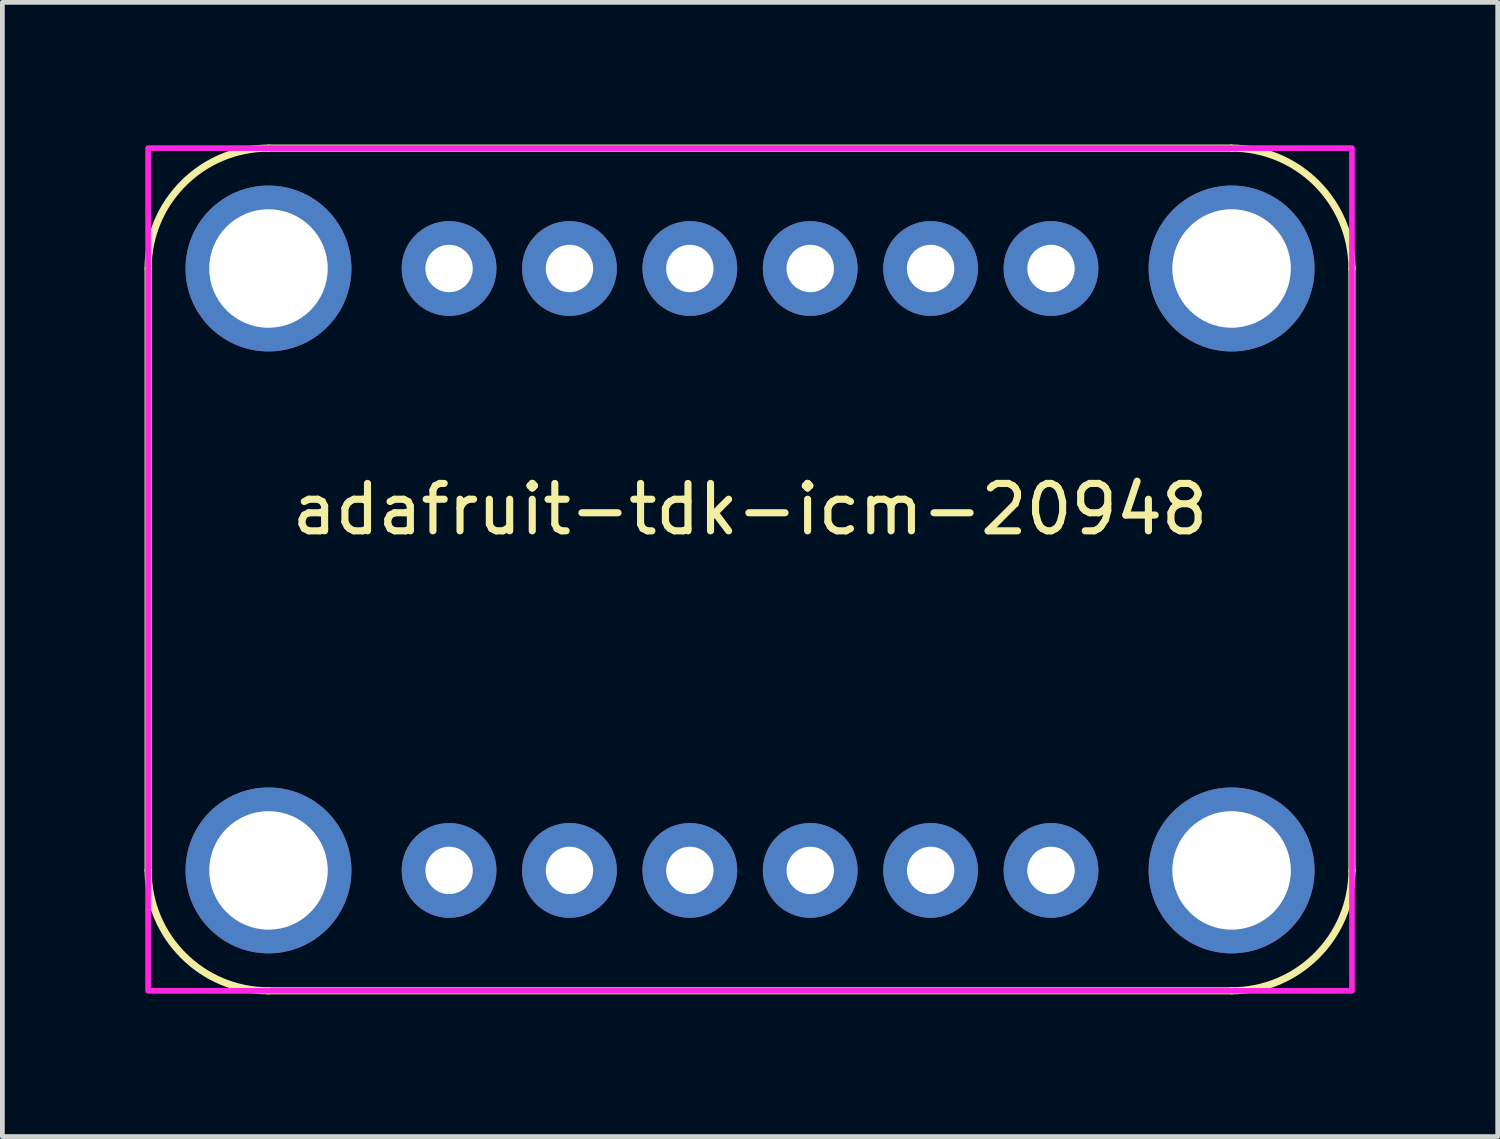
<source format=kicad_pcb>
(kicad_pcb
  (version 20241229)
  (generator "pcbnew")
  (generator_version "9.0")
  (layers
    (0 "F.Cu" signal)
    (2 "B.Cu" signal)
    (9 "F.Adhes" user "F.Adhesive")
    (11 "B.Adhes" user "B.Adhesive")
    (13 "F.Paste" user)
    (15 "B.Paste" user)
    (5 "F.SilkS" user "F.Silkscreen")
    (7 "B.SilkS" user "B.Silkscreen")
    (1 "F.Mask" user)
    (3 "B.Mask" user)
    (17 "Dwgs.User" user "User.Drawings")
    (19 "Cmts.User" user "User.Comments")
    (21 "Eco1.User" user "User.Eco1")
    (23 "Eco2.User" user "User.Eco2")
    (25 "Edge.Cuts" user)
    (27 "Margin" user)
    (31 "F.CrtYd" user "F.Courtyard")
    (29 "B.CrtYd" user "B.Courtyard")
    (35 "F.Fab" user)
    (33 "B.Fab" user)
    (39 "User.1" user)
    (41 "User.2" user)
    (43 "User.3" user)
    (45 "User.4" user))
  (footprint "adafruit-tdk-icm-20948"
    (layer "F.Cu")
    (at 2.615 15.315)
    (property "Reference" "adafruit-tdk-icm-20948" (at 10.16 -7.62 0) (unlocked yes) (layer "F.SilkS") (effects (font (size 1 1) (thickness 0.15))))
    (attr through_hole)
    (fp_line (start -2.54 0) (end -2.54 -12.7) (stroke (width 0.15) (type solid)) (layer "F.SilkS"))
    (fp_line (start 0 -15.24) (end 20.32 -15.24) (stroke (width 0.15) (type solid)) (layer "F.SilkS"))
    (fp_line (start 20.32 2.54) (end 0 2.54) (stroke (width 0.15) (type solid)) (layer "F.SilkS"))
    (fp_line (start 22.86 -12.7) (end 22.86 0) (stroke (width 0.15) (type solid)) (layer "F.SilkS"))
    (fp_arc (start -2.54 -12.7) (mid -1.796051 -14.496051) (end 0 -15.24) (stroke (width 0.15) (type solid)) (layer "F.SilkS"))
    (fp_arc (start 0 2.54) (mid -1.796051 1.796051) (end -2.54 0) (stroke (width 0.15) (type solid)) (layer "F.SilkS"))
    (fp_arc (start 20.32 -15.24) (mid 22.116051 -14.496051) (end 22.86 -12.7) (stroke (width 0.15) (type solid)) (layer "F.SilkS"))
    (fp_arc (start 22.86 0) (mid 22.116051 1.796051) (end 20.32 2.54) (stroke (width 0.15) (type solid)) (layer "F.SilkS"))
    (fp_rect (start -2.54 -15.24) (end 22.86 2.54) (stroke (width 0.12) (type solid)) (fill no) (layer "F.CrtYd"))
    (pad "" np_thru_hole circle (at 0 -12.7) (size 3.5 3.5) (drill 2.5) (layers "*.Cu" "*.Mask"))
    (pad "" np_thru_hole circle (at 0 0) (size 3.5 3.5) (drill 2.5) (layers "*.Cu" "*.Mask"))
    (pad "" np_thru_hole circle (at 20.32 -12.7) (size 3.5 3.5) (drill 2.5) (layers "*.Cu" "*.Mask"))
    (pad "" np_thru_hole circle (at 20.32 0) (size 3.5 3.5) (drill 2.5) (layers "*.Cu" "*.Mask"))
    (pad "1" thru_hole circle (at 3.81 0) (size 2 2) (drill 1) (layers "*.Cu" "*.Mask"))
    (pad "2" thru_hole circle (at 6.35 0) (size 2 2) (drill 1) (layers "*.Cu" "*.Mask"))
    (pad "3" thru_hole circle (at 8.89 0) (size 2 2) (drill 1) (layers "*.Cu" "*.Mask"))
    (pad "4" thru_hole circle (at 11.43 0) (size 2 2) (drill 1) (layers "*.Cu" "*.Mask"))
    (pad "5" thru_hole circle (at 13.97 0) (size 2 2) (drill 1) (layers "*.Cu" "*.Mask"))
    (pad "6" thru_hole circle (at 16.51 0) (size 2 2) (drill 1) (layers "*.Cu" "*.Mask"))
    (pad "7" thru_hole circle (at 3.81 -12.7) (size 2 2) (drill 1) (layers "*.Cu" "*.Mask"))
    (pad "8" thru_hole circle (at 6.35 -12.7) (size 2 2) (drill 1) (layers "*.Cu" "*.Mask"))
    (pad "9" thru_hole circle (at 8.89 -12.7) (size 2 2) (drill 1) (layers "*.Cu" "*.Mask"))
    (pad "10" thru_hole circle (at 11.43 -12.7) (size 2 2) (drill 1) (layers "*.Cu" "*.Mask"))
    (pad "11" thru_hole circle (at 13.97 -12.7) (size 2 2) (drill 1) (layers "*.Cu" "*.Mask"))
    (pad "12" thru_hole circle (at 16.51 -12.7) (size 2 2) (drill 1) (layers "*.Cu" "*.Mask")))
  (gr_rect
    (start -3 -3)
    (end 28.55 20.93)
    (stroke (width 0.1) (type default))
    (fill no)
    (layer "Edge.Cuts")))
</source>
